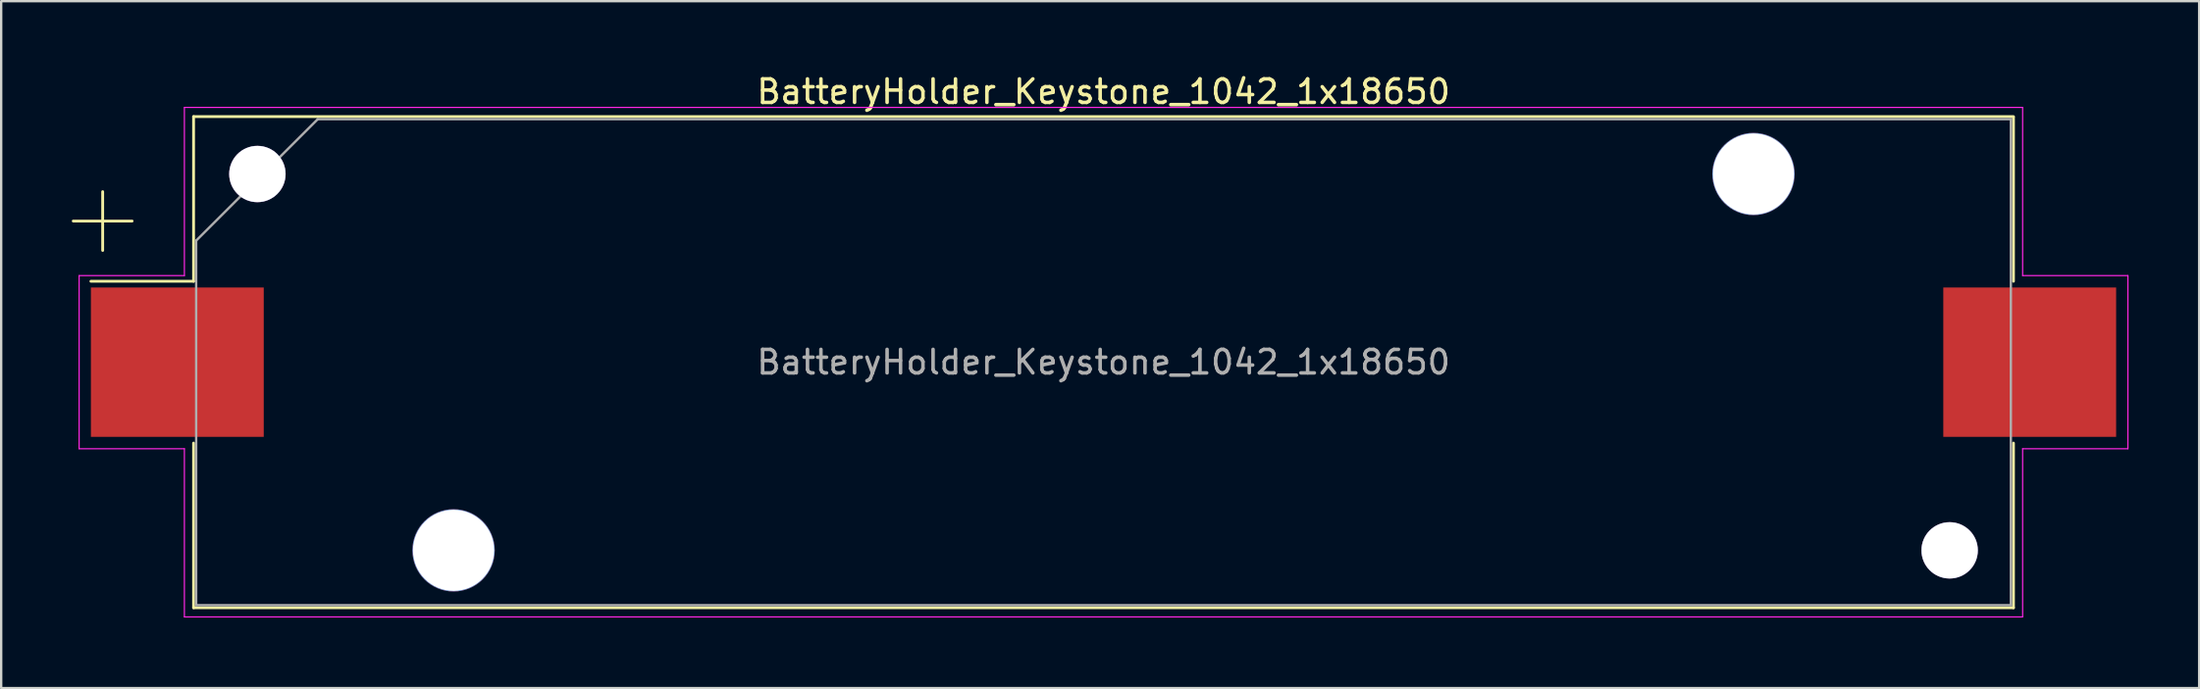
<source format=kicad_pcb>
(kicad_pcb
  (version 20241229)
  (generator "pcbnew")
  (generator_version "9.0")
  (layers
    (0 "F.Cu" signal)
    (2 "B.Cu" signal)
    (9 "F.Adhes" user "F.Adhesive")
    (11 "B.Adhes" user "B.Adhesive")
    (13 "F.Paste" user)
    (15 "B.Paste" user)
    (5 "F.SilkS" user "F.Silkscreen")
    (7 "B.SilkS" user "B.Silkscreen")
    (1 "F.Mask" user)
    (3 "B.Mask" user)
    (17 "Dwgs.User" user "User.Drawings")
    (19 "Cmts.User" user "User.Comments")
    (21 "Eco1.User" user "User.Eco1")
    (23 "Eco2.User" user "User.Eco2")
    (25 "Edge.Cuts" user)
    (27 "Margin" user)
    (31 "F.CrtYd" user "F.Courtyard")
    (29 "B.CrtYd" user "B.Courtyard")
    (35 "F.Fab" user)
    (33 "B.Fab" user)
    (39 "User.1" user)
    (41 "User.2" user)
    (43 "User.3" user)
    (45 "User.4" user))
  (footprint "BatteryHolder_Keystone_1042_1x18650"
    (layer "F.Cu")
    (at 16.21 20.348)
    (property "Reference" "BatteryHolder_Keystone_1042_1x18650" (at 27.6 -19.5 0) (layer "F.SilkS") (effects (font (size 1 1) (thickness 0.15))))
    (attr smd)
    (fp_line (start -16.15 -14) (end -13.65 -14) (stroke (width 0.12) (type solid)) (layer "F.SilkS"))
    (fp_line (start -14.9 -12.75) (end -14.9 -15.25) (stroke (width 0.12) (type solid)) (layer "F.SilkS"))
    (fp_line (start -11.04 -18.44) (end -11.04 -11.44) (stroke (width 0.12) (type solid)) (layer "F.SilkS"))
    (fp_line (start -11.04 -11.44) (end -15.4 -11.44) (stroke (width 0.12) (type solid)) (layer "F.SilkS"))
    (fp_line (start -11.04 2.44) (end -11.04 -4.56) (stroke (width 0.12) (type solid)) (layer "F.SilkS"))
    (fp_line (start 66.24 -18.44) (end -11.04 -18.44) (stroke (width 0.12) (type solid)) (layer "F.SilkS"))
    (fp_line (start 66.24 -11.44) (end 66.24 -18.42) (stroke (width 0.12) (type solid)) (layer "F.SilkS"))
    (fp_line (start 66.24 -4.56) (end 66.24 2.44) (stroke (width 0.12) (type solid)) (layer "F.SilkS"))
    (fp_line (start 66.24 2.44) (end -11.04 2.44) (stroke (width 0.12) (type solid)) (layer "F.SilkS"))
    (fp_line (start -15.9 -11.68) (end -11.43 -11.68) (stroke (width 0.05) (type solid)) (layer "F.CrtYd"))
    (fp_line (start -15.9 -4.32) (end -15.9 -11.68) (stroke (width 0.05) (type solid)) (layer "F.CrtYd"))
    (fp_line (start -11.43 -18.83) (end -11.43 -11.68) (stroke (width 0.05) (type solid)) (layer "F.CrtYd"))
    (fp_line (start -11.43 -18.83) (end 66.63 -18.83) (stroke (width 0.05) (type solid)) (layer "F.CrtYd"))
    (fp_line (start -11.43 -4.32) (end -15.9 -4.32) (stroke (width 0.05) (type solid)) (layer "F.CrtYd"))
    (fp_line (start -11.43 2.83) (end -11.43 -4.32) (stroke (width 0.05) (type solid)) (layer "F.CrtYd"))
    (fp_line (start -11.43 2.83) (end 66.63 2.83) (stroke (width 0.05) (type solid)) (layer "F.CrtYd"))
    (fp_line (start 66.63 -18.83) (end 66.63 -11.68) (stroke (width 0.05) (type solid)) (layer "F.CrtYd"))
    (fp_line (start 66.63 -4.32) (end 71.1 -4.32) (stroke (width 0.05) (type solid)) (layer "F.CrtYd"))
    (fp_line (start 66.63 2.83) (end 66.63 -4.32) (stroke (width 0.05) (type solid)) (layer "F.CrtYd"))
    (fp_line (start 71.1 -11.68) (end 66.63 -11.68) (stroke (width 0.05) (type solid)) (layer "F.CrtYd"))
    (fp_line (start 71.1 -4.32) (end 71.1 -11.68) (stroke (width 0.05) (type solid)) (layer "F.CrtYd"))
    (fp_line (start -10.93 -13.168) (end -10.93 2.33) (stroke (width 0.1) (type solid)) (layer "F.Fab"))
    (fp_line (start -10.93 2.33) (end 66.13 2.33) (stroke (width 0.1) (type solid)) (layer "F.Fab"))
    (fp_line (start -5.768 -18.33) (end -10.93 -13.168) (stroke (width 0.1) (type solid)) (layer "F.Fab"))
    (fp_line (start -5.768 -18.33) (end 66.13 -18.33) (stroke (width 0.1) (type solid)) (layer "F.Fab"))
    (fp_line (start 66.13 -18.33) (end 66.13 2.33) (stroke (width 0.1) (type solid)) (layer "F.Fab"))
    (fp_text user "${REFERENCE}" (at 27.6 -8 0) (layer "F.Fab") (effects (font (size 1 1) (thickness 0.15))))
    (pad "" np_thru_hole circle (at -8.33 -16) (size 2.4 2.4) (drill 2.39) (layers "*.Cu" "*.Mask"))
    (pad "" np_thru_hole circle (at 0 0) (size 3.5 3.5) (drill 3.45) (layers "*.Cu" "*.Mask"))
    (pad "" np_thru_hole circle (at 55.2 -16) (size 3.5 3.5) (drill 3.45) (layers "*.Cu" "*.Mask"))
    (pad "" np_thru_hole circle (at 63.53 0) (size 2.4 2.4) (drill 2.39) (layers "*.Cu" "*.Mask"))
    (pad "1" smd rect (at -11.73 -8) (size 7.34 6.35) (layers "F.Cu" "F.Mask" "F.Paste"))
    (pad "2" smd rect (at 66.93 -8) (size 7.34 6.35) (layers "F.Cu" "F.Mask" "F.Paste")))
  (gr_rect
    (start -3 -3)
    (end 90.335 26.203)
    (stroke (width 0.1) (type default))
    (fill no)
    (layer "Edge.Cuts")))
</source>
